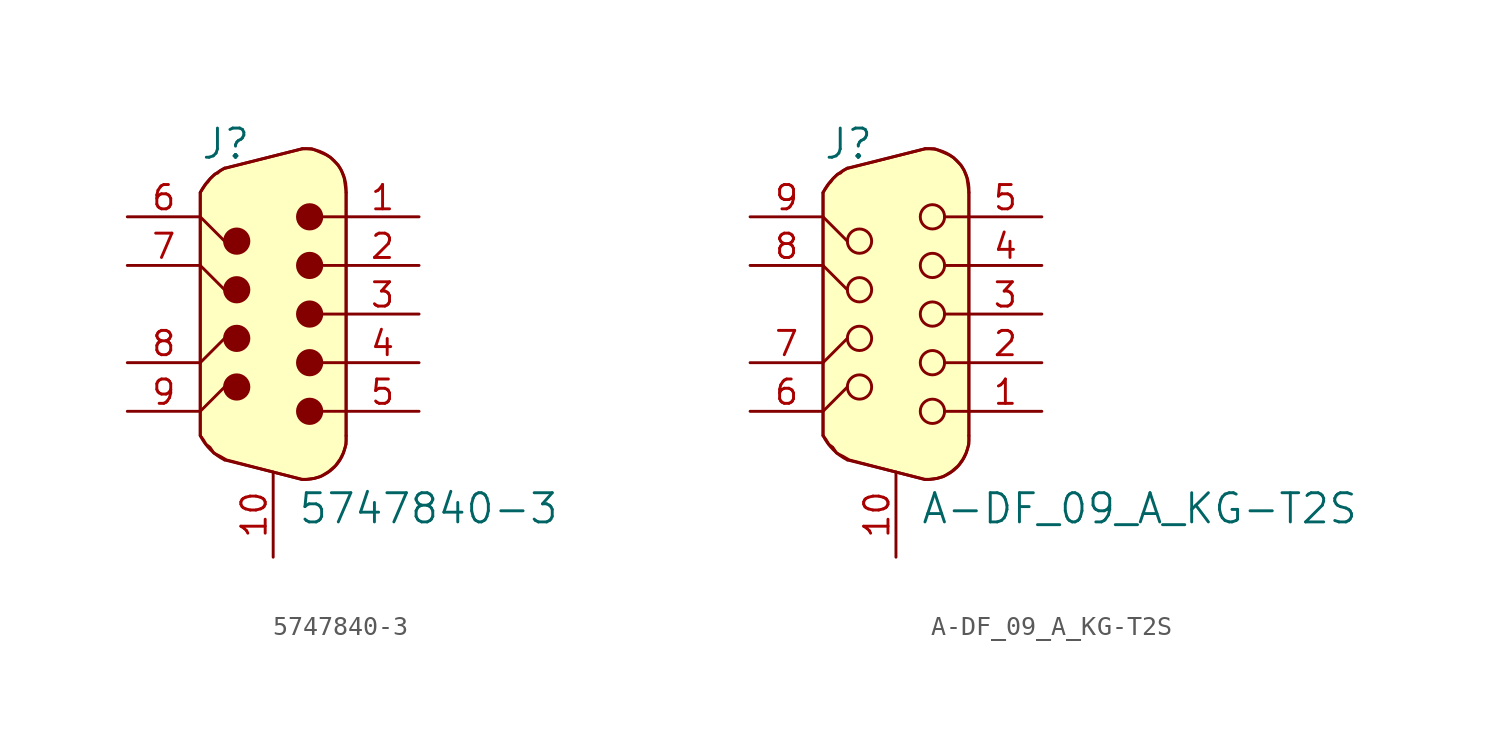
<source format=kicad_sym>
(kicad_symbol_lib
  (version 20211014)
  (generator kicad_symbol_editor)
  (symbol "5747840-3"
    (pin_names
      (offset 1.016))
    (property "Reference" "J"
      (at -3.81 8.89 0)
      (effects (font (size 1.524 1.524)) (justify left)))
    (property "Value" "5747840-3"
      (at 1.27 -10.16 0)
      (effects (font (size 1.524 1.524)) (justify left)))
    (symbol "5747840-3_0_1"
      (circle (center -1.905 -3.81) (radius 0.635) (stroke (width 0) (type default) (color 0 0 0 0)) (fill (type outline)))
      (circle (center -1.905 -1.27) (radius 0.635) (stroke (width 0) (type default) (color 0 0 0 0)) (fill (type outline)))
      (circle (center -1.905 1.27) (radius 0.635) (stroke (width 0) (type default) (color 0 0 0 0)) (fill (type outline)))
      (circle (center -1.905 3.81) (radius 0.635) (stroke (width 0) (type default) (color 0 0 0 0)) (fill (type outline)))
      (polyline (pts (xy -3.81 -5.08) (xy -2.54 -3.81)) (stroke (width 0) (type default) (color 0 0 0 0)) (fill (type none)))
      (polyline (pts (xy -3.81 -2.54) (xy -2.54 -1.27)) (stroke (width 0) (type default) (color 0 0 0 0)) (fill (type none)))
      (polyline (pts (xy -3.81 2.54) (xy -2.54 1.27)) (stroke (width 0) (type default) (color 0 0 0 0)) (fill (type none)))
      (polyline (pts (xy -3.81 5.08) (xy -2.54 3.81)) (stroke (width 0) (type default) (color 0 0 0 0)) (fill (type none)))
      (polyline (pts (xy 3.81 -5.08) (xy 2.54 -5.08)) (stroke (width 0) (type default) (color 0 0 0 0)) (fill (type none)))
      (polyline (pts (xy 3.81 -2.54) (xy 2.54 -2.54)) (stroke (width 0) (type default) (color 0 0 0 0)) (fill (type none)))
      (polyline (pts (xy 3.81 0) (xy 2.54 0)) (stroke (width 0) (type default) (color 0 0 0 0)) (fill (type none)))
      (polyline (pts (xy 3.81 2.54) (xy 2.54 2.54)) (stroke (width 0) (type default) (color 0 0 0 0)) (fill (type none)))
      (polyline (pts (xy 3.81 5.08) (xy 2.54 5.08)) (stroke (width 0) (type default) (color 0 0 0 0)) (fill (type none)))
      (circle (center 1.905 -5.08) (radius 0.635) (stroke (width 0) (type default) (color 0 0 0 0)) (fill (type outline)))
      (circle (center 1.905 -2.54) (radius 0.635) (stroke (width 0) (type default) (color 0 0 0 0)) (fill (type outline)))
      (circle (center 1.905 0) (radius 0.635) (stroke (width 0) (type default) (color 0 0 0 0)) (fill (type outline)))
      (circle (center 1.905 2.54) (radius 0.635) (stroke (width 0) (type default) (color 0 0 0 0)) (fill (type outline)))
      (circle (center 1.905 5.08) (radius 0.635) (stroke (width 0) (type default) (color 0 0 0 0)) (fill (type outline))))
    (symbol "5747840-3_1_1"
      (arc (start -3.81 -6.35) (mid -3.278 -7.088) (end -2.54 -7.62) (stroke (width 0) (type default) (color 0 0 0 0)) (fill (type none)))
      (arc (start -2.54 7.62) (mid -3.278 7.088) (end -3.81 6.35) (stroke (width 0) (type default) (color 0 0 0 0)) (fill (type none)))
      (polyline (pts (xy -3.81 6.35) (xy -3.81 -6.35)) (stroke (width 0) (type default) (color 0 0 0 0)) (fill (type background)))
      (polyline (pts (xy -2.54 7.62) (xy 1.524 8.636)) (stroke (width 0) (type default) (color 0 0 0 0)) (fill (type background)))
      (polyline (pts (xy 1.524 -8.636) (xy -2.54 -7.62)) (stroke (width 0) (type default) (color 0 0 0 0)) (fill (type background)))
      (polyline (pts (xy 3.81 6.35) (xy 3.81 -6.35)) (stroke (width 0) (type default) (color 0 0 0 0)) (fill (type background)))
      (polyline (pts (xy -2.54 7.62) (xy -2.794 7.468) (xy -2.896 7.366) (xy -3.048 7.315) (xy -3.2 7.163) (xy -3.302 7.061) (xy -3.404 6.909) (xy -3.505 6.807) (xy -3.607 6.655) (xy -3.708 6.502) (xy -3.81 6.35) (xy -3.81 -6.35) (xy -3.658 -6.553) (xy -3.505 -6.807) (xy -3.302 -6.96) (xy -3.099 -7.264) (xy -2.794 -7.417) (xy -2.438 -7.62) (xy 1.473 -8.636) (xy 1.727 -8.636) (xy 2.134 -8.585) (xy 2.489 -8.484) (xy 2.896 -8.23) (xy 3.251 -7.925) (xy 3.505 -7.569) (xy 3.658 -7.264) (xy 3.81 -6.807) (xy 3.81 -6.35) (xy 3.81 6.35) (xy 3.759 6.756) (xy 3.708 7.112) (xy 3.556 7.518) (xy 3.404 7.772) (xy 3.2 7.976) (xy 2.997 8.179) (xy 2.743 8.331) (xy 2.388 8.484) (xy 2.032 8.636) (xy 1.778 8.636) (xy 1.524 8.636) (xy -2.489 7.62)) (stroke (width 0) (type default) (color 0 0 0 0)) (fill (type background)))
      (arc (start 1.524 -8.636) (mid 3.1896 -8.0073) (end 3.81 -6.35) (stroke (width 0) (type default) (color 0 0 0 0)) (fill (type none)))
      (arc (start 3.81 6.35) (mid 3.1813 8.0156) (end 1.524 8.636) (stroke (width 0) (type default) (color 0 0 0 0)) (fill (type none)))
      (pin passive line (at 7.62 5.08 180) (length 3.81) (name "~" (effects (font (size 1.27 1.27)))) (number "1" (effects (font (size 1.27 1.27)))))
      (pin passive line (at 0 -12.7 90) (length 4.445) (name "~" (effects (font (size 1.27 1.27)))) (number "10" (effects (font (size 1.27 1.27)))))
      (pin passive line (at 7.62 2.54 180) (length 3.81) (name "~" (effects (font (size 1.27 1.27)))) (number "2" (effects (font (size 1.27 1.27)))))
      (pin passive line (at 7.62 0 180) (length 3.81) (name "~" (effects (font (size 1.27 1.27)))) (number "3" (effects (font (size 1.27 1.27)))))
      (pin passive line (at 7.62 -2.54 180) (length 3.81) (name "~" (effects (font (size 1.27 1.27)))) (number "4" (effects (font (size 1.27 1.27)))))
      (pin passive line (at 7.62 -5.08 180) (length 3.81) (name "~" (effects (font (size 1.27 1.27)))) (number "5" (effects (font (size 1.27 1.27)))))
      (pin passive line (at -7.62 5.08 0) (length 3.81) (name "~" (effects (font (size 1.27 1.27)))) (number "6" (effects (font (size 1.27 1.27)))))
      (pin passive line (at -7.62 2.54 0) (length 3.81) (name "~" (effects (font (size 1.27 1.27)))) (number "7" (effects (font (size 1.27 1.27)))))
      (pin passive line (at -7.62 -2.54 0) (length 3.81) (name "~" (effects (font (size 1.27 1.27)))) (number "8" (effects (font (size 1.27 1.27)))))
      (pin passive line (at -7.62 -5.08 0) (length 3.81) (name "~" (effects (font (size 1.27 1.27)))) (number "9" (effects (font (size 1.27 1.27)))))))
  (symbol "A-DF_09_A_KG-T2S"
    (pin_names
      (offset 1.016))
    (property "Reference" "J"
      (at -3.81 8.89 0)
      (effects (font (size 1.524 1.524)) (justify left)))
    (property "Value" "A-DF_09_A_KG-T2S"
      (at 1.27 -10.16 0)
      (effects (font (size 1.524 1.524)) (justify left)))
    (symbol "A-DF_09_A_KG-T2S_0_1"
      (circle (center -1.905 -3.81) (radius 0.635) (stroke (width 0) (type default) (color 0 0 0 0)) (fill (type none)))
      (circle (center -1.905 -1.27) (radius 0.635) (stroke (width 0) (type default) (color 0 0 0 0)) (fill (type none)))
      (circle (center -1.905 1.27) (radius 0.635) (stroke (width 0) (type default) (color 0 0 0 0)) (fill (type none)))
      (circle (center -1.905 3.81) (radius 0.635) (stroke (width 0) (type default) (color 0 0 0 0)) (fill (type none)))
      (polyline (pts (xy -3.81 -5.08) (xy -2.54 -3.81)) (stroke (width 0) (type default) (color 0 0 0 0)) (fill (type none)))
      (polyline (pts (xy -3.81 -2.54) (xy -2.54 -1.27)) (stroke (width 0) (type default) (color 0 0 0 0)) (fill (type none)))
      (polyline (pts (xy -3.81 2.54) (xy -2.54 1.27)) (stroke (width 0) (type default) (color 0 0 0 0)) (fill (type none)))
      (polyline (pts (xy -3.81 5.08) (xy -2.54 3.81)) (stroke (width 0) (type default) (color 0 0 0 0)) (fill (type none)))
      (polyline (pts (xy 3.81 -5.08) (xy 2.54 -5.08)) (stroke (width 0) (type default) (color 0 0 0 0)) (fill (type none)))
      (polyline (pts (xy 3.81 -2.54) (xy 2.54 -2.54)) (stroke (width 0) (type default) (color 0 0 0 0)) (fill (type none)))
      (polyline (pts (xy 3.81 0) (xy 2.54 0)) (stroke (width 0) (type default) (color 0 0 0 0)) (fill (type none)))
      (polyline (pts (xy 3.81 2.54) (xy 2.54 2.54)) (stroke (width 0) (type default) (color 0 0 0 0)) (fill (type none)))
      (polyline (pts (xy 3.81 5.08) (xy 2.54 5.08)) (stroke (width 0) (type default) (color 0 0 0 0)) (fill (type none)))
      (circle (center 1.905 -5.08) (radius 0.635) (stroke (width 0) (type default) (color 0 0 0 0)) (fill (type none)))
      (circle (center 1.905 -2.54) (radius 0.635) (stroke (width 0) (type default) (color 0 0 0 0)) (fill (type none)))
      (circle (center 1.905 0) (radius 0.635) (stroke (width 0) (type default) (color 0 0 0 0)) (fill (type none)))
      (circle (center 1.905 2.54) (radius 0.635) (stroke (width 0) (type default) (color 0 0 0 0)) (fill (type none)))
      (circle (center 1.905 5.08) (radius 0.635) (stroke (width 0) (type default) (color 0 0 0 0)) (fill (type none))))
    (symbol "A-DF_09_A_KG-T2S_1_1"
      (arc (start -3.81 -6.35) (mid -3.278 -7.088) (end -2.54 -7.62) (stroke (width 0) (type default) (color 0 0 0 0)) (fill (type none)))
      (arc (start -2.54 7.62) (mid -3.278 7.088) (end -3.81 6.35) (stroke (width 0) (type default) (color 0 0 0 0)) (fill (type none)))
      (polyline (pts (xy -3.81 6.35) (xy -3.81 -6.35)) (stroke (width 0) (type default) (color 0 0 0 0)) (fill (type background)))
      (polyline (pts (xy -2.54 7.62) (xy 1.524 8.636)) (stroke (width 0) (type default) (color 0 0 0 0)) (fill (type background)))
      (polyline (pts (xy 1.524 -8.636) (xy -2.54 -7.62)) (stroke (width 0) (type default) (color 0 0 0 0)) (fill (type background)))
      (polyline (pts (xy 3.81 6.35) (xy 3.81 -6.35)) (stroke (width 0) (type default) (color 0 0 0 0)) (fill (type background)))
      (polyline (pts (xy -2.54 7.62) (xy -2.794 7.468) (xy -2.896 7.366) (xy -3.048 7.315) (xy -3.2 7.163) (xy -3.302 7.061) (xy -3.404 6.909) (xy -3.505 6.807) (xy -3.607 6.655) (xy -3.708 6.502) (xy -3.81 6.35) (xy -3.81 -6.35) (xy -3.658 -6.553) (xy -3.505 -6.807) (xy -3.302 -6.96) (xy -3.099 -7.264) (xy -2.794 -7.417) (xy -2.438 -7.62) (xy 1.473 -8.636) (xy 1.727 -8.636) (xy 2.134 -8.585) (xy 2.489 -8.484) (xy 2.896 -8.23) (xy 3.251 -7.925) (xy 3.505 -7.569) (xy 3.658 -7.264) (xy 3.81 -6.807) (xy 3.81 -6.35) (xy 3.81 6.35) (xy 3.759 6.756) (xy 3.708 7.112) (xy 3.556 7.518) (xy 3.404 7.772) (xy 3.2 7.976) (xy 2.997 8.179) (xy 2.743 8.331) (xy 2.388 8.484) (xy 2.032 8.636) (xy 1.778 8.636) (xy 1.524 8.636) (xy -2.489 7.62)) (stroke (width 0) (type default) (color 0 0 0 0)) (fill (type background)))
      (arc (start 1.524 -8.636) (mid 3.1896 -8.0073) (end 3.81 -6.35) (stroke (width 0) (type default) (color 0 0 0 0)) (fill (type none)))
      (arc (start 3.81 6.35) (mid 3.1813 8.0156) (end 1.524 8.636) (stroke (width 0) (type default) (color 0 0 0 0)) (fill (type none)))
      (pin passive line (at 7.62 -5.08 180) (length 3.81) (name "~" (effects (font (size 1.27 1.27)))) (number "1" (effects (font (size 1.27 1.27)))))
      (pin passive line (at 0 -12.7 90) (length 4.445) (name "~" (effects (font (size 1.27 1.27)))) (number "10" (effects (font (size 1.27 1.27)))))
      (pin passive line (at 7.62 -2.54 180) (length 3.81) (name "~" (effects (font (size 1.27 1.27)))) (number "2" (effects (font (size 1.27 1.27)))))
      (pin passive line (at 7.62 0 180) (length 3.81) (name "~" (effects (font (size 1.27 1.27)))) (number "3" (effects (font (size 1.27 1.27)))))
      (pin passive line (at 7.62 2.54 180) (length 3.81) (name "~" (effects (font (size 1.27 1.27)))) (number "4" (effects (font (size 1.27 1.27)))))
      (pin passive line (at 7.62 5.08 180) (length 3.81) (name "~" (effects (font (size 1.27 1.27)))) (number "5" (effects (font (size 1.27 1.27)))))
      (pin passive line (at -7.62 -5.08 0) (length 3.81) (name "~" (effects (font (size 1.27 1.27)))) (number "6" (effects (font (size 1.27 1.27)))))
      (pin passive line (at -7.62 -2.54 0) (length 3.81) (name "~" (effects (font (size 1.27 1.27)))) (number "7" (effects (font (size 1.27 1.27)))))
      (pin passive line (at -7.62 2.54 0) (length 3.81) (name "~" (effects (font (size 1.27 1.27)))) (number "8" (effects (font (size 1.27 1.27)))))
      (pin passive line (at -7.62 5.08 0) (length 3.81) (name "~" (effects (font (size 1.27 1.27)))) (number "9" (effects (font (size 1.27 1.27))))))))
</source>
